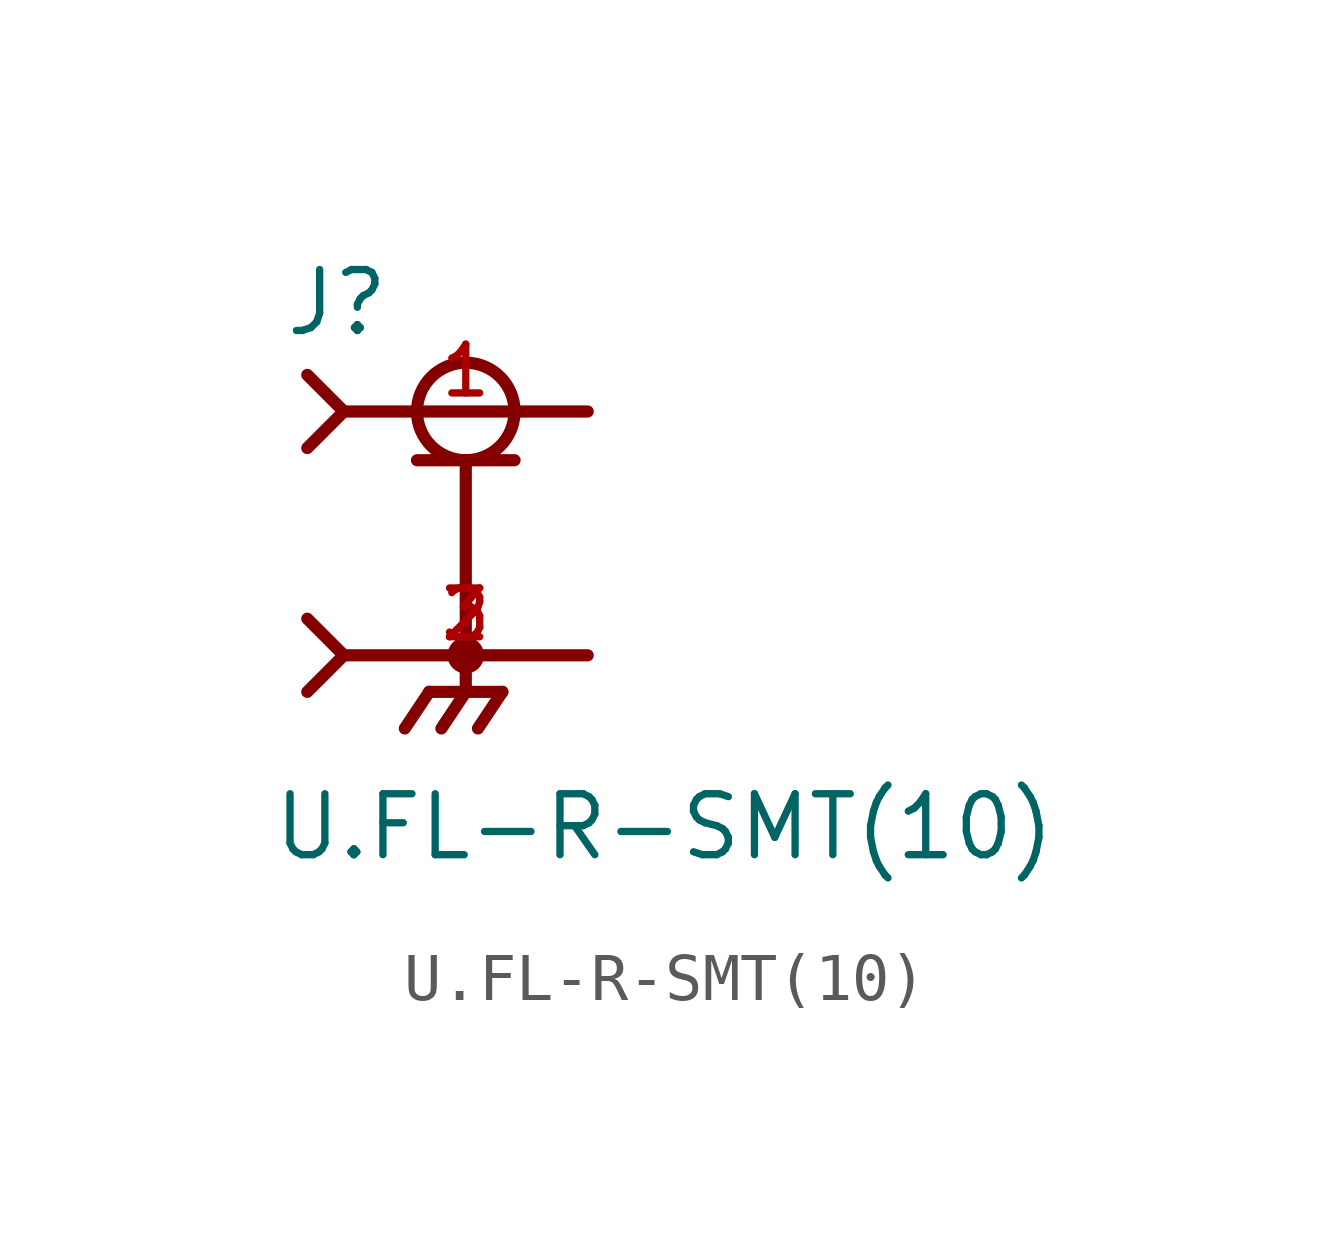
<source format=kicad_sym>
(kicad_symbol_lib
  (version 20211014)
  (generator kicad_symbol_editor)
  (symbol "U.FL-R-SMT(10)"
    (pin_names
      (offset 1.016))
    (property "Reference" "J"
      (at -3.81 4.064 0)
      (effects (font (size 1.27 1.27)) (justify bottom left)))
    (property "Value" "U.FL-R-SMT(10)"
      (at -4.064 -6.858 0)
      (effects (font (size 1.27 1.27)) (justify bottom left)))
    (symbol "U.FL-R-SMT(10)_0_0"
      (circle (center 0.0 2.54) (radius 1.016) (stroke (width 0.254)) (fill (type none)))
      (polyline (pts (xy -1.016 1.524) (xy 0.0 1.524)) (stroke (width 0.254)))
      (polyline (pts (xy 0.0 1.524) (xy 1.016 1.524)) (stroke (width 0.254)))
      (polyline (pts (xy 0.0 -2.54) (xy -2.54 -2.54)) (stroke (width 0.254)))
      (polyline (pts (xy -3.302 3.302) (xy -2.54 2.54)) (stroke (width 0.254)))
      (polyline (pts (xy -3.302 1.778) (xy -2.54 2.54)) (stroke (width 0.254)))
      (polyline (pts (xy 0.0 1.524) (xy 0.0 -2.54)) (stroke (width 0.254)))
      (circle (center 0.0 -2.54) (radius 0.254) (stroke (width 0.254)) (fill (type none)))
      (polyline (pts (xy -2.54 2.54) (xy 2.54 2.54)) (stroke (width 0.254)))
      (polyline (pts (xy 2.54 -2.54) (xy 0.0 -2.54)) (stroke (width 0.254)))
      (polyline (pts (xy 0.0 -2.54) (xy 0.0 -3.302)) (stroke (width 0.254)))
      (polyline (pts (xy 0.0 -3.302) (xy -0.762 -3.302)) (stroke (width 0.254)))
      (polyline (pts (xy 0.0 -3.302) (xy 0.762 -3.302)) (stroke (width 0.254)))
      (polyline (pts (xy -0.762 -3.302) (xy -1.27 -4.064)) (stroke (width 0.254)))
      (polyline (pts (xy 0.0 -3.302) (xy -0.508 -4.064)) (stroke (width 0.254)))
      (polyline (pts (xy 0.762 -3.302) (xy 0.254 -4.064)) (stroke (width 0.254)))
      (polyline (pts (xy -3.302 -1.778) (xy -2.54 -2.54)) (stroke (width 0.254)))
      (polyline (pts (xy -3.302 -3.302) (xy -2.54 -2.54)) (stroke (width 0.254)))
      (pin passive line (at 2.54 2.54 180.0) (length 5.08) (name "~" (effects (font (size 1.016 1.016)))) (number "1" (effects (font (size 1.016 1.016)))))
      (pin passive line (at 2.54 -2.54 180.0) (length 5.08) (name "~" (effects (font (size 1.016 1.016)))) (number "2" (effects (font (size 1.016 1.016)))))
      (pin passive line (at 2.54 -2.54 180.0) (length 5.08) (name "~" (effects (font (size 1.016 1.016)))) (number "3" (effects (font (size 1.016 1.016))))))))
</source>
